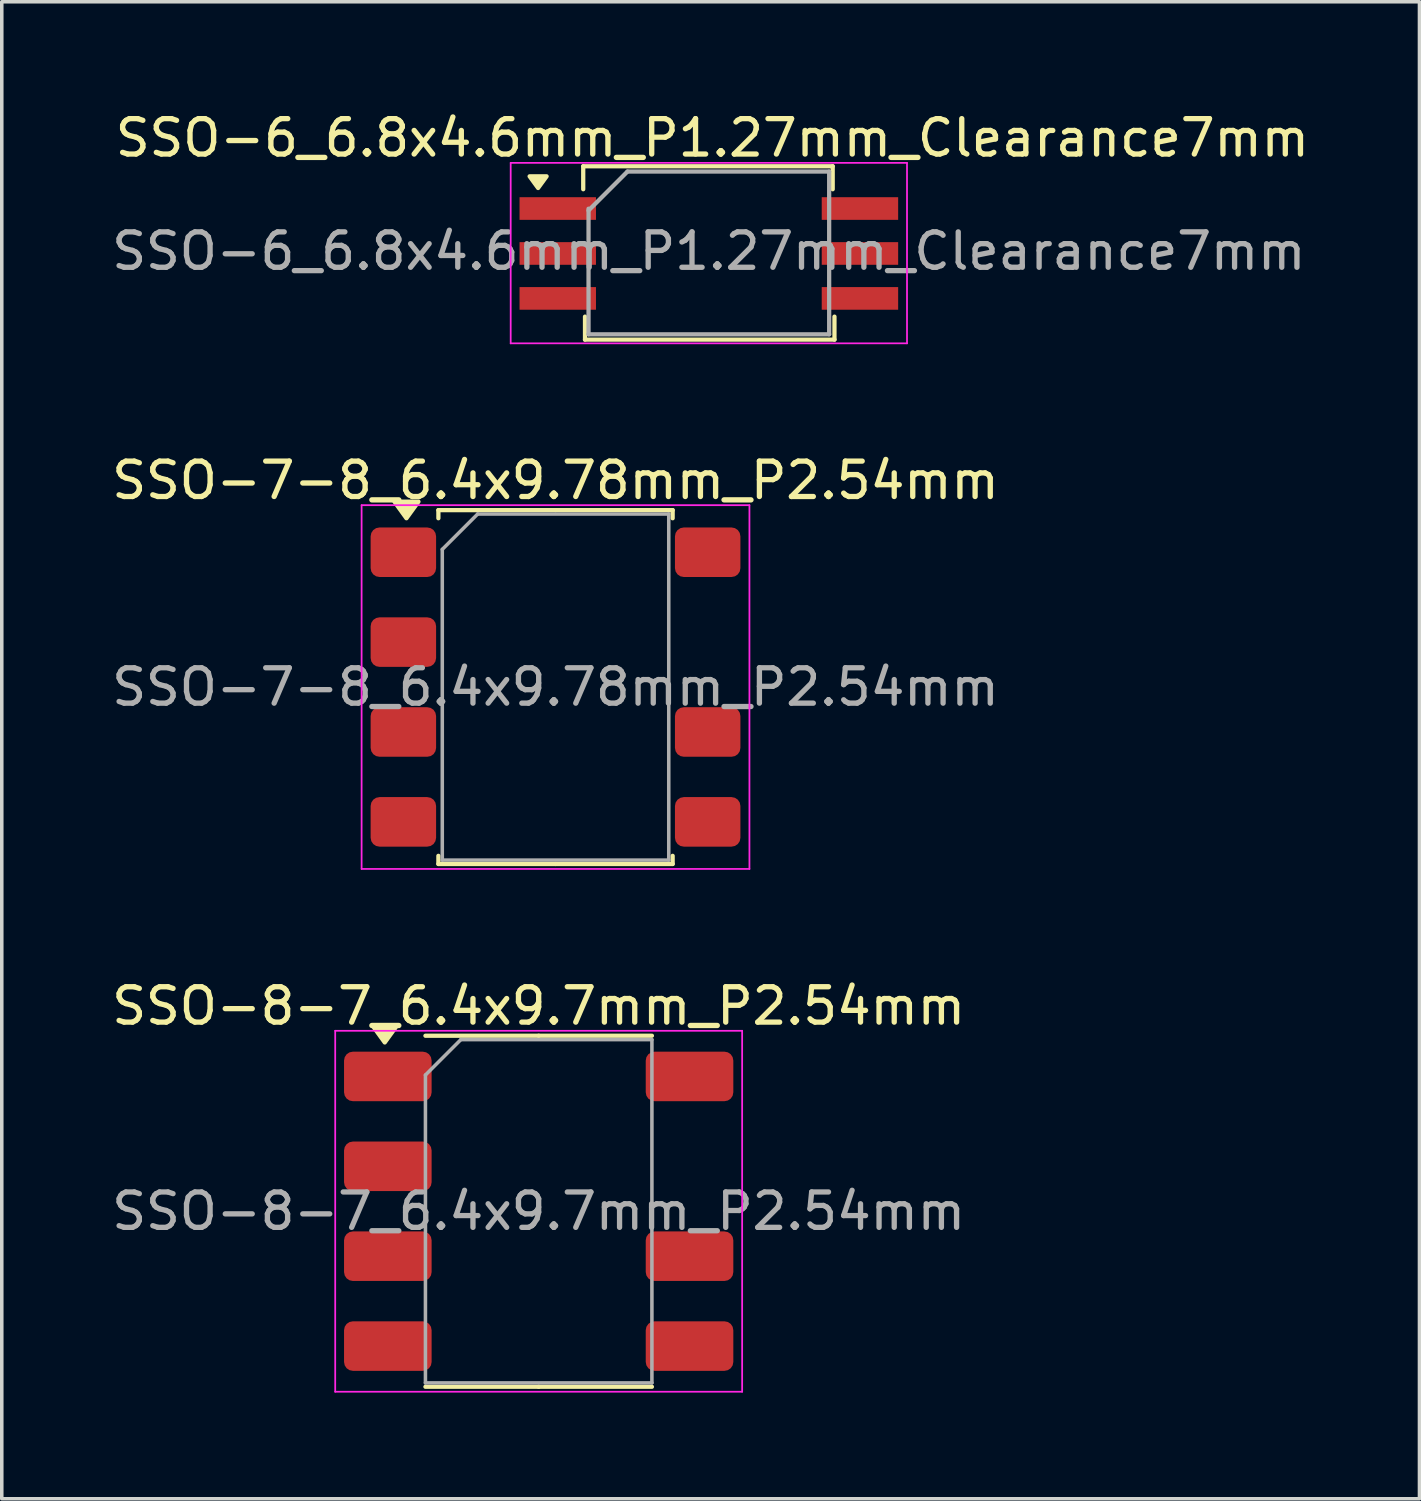
<source format=kicad_pcb>
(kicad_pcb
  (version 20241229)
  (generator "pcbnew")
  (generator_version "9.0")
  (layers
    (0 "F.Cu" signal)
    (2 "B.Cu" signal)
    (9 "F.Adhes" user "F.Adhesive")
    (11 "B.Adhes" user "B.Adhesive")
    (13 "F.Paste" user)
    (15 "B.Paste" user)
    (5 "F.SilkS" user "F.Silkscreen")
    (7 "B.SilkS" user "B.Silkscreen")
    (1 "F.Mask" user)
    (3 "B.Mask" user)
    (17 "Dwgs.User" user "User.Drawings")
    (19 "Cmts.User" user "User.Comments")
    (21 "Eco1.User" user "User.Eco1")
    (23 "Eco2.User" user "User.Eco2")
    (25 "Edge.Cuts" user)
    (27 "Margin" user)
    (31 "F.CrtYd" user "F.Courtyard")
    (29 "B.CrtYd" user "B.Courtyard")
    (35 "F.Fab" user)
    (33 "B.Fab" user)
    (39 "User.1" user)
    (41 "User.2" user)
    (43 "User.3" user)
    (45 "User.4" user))
  (footprint "SSO-8-7_6.4x9.7mm_P2.54mm"
    (layer "F.Cu")
    (at 12.173 31.18)
    (property "Reference" "SSO-8-7_6.4x9.7mm_P2.54mm" (at 0 -5.8 0) (layer "F.SilkS") (effects (font (size 1 1) (thickness 0.15))))
    (attr smd)
    (fp_line (start 0 -4.96) (end -3.2 -4.96) (stroke (width 0.12) (type solid)) (layer "F.SilkS"))
    (fp_line (start 0 -4.96) (end 3.2 -4.96) (stroke (width 0.12) (type solid)) (layer "F.SilkS"))
    (fp_line (start 0 4.96) (end -3.2 4.96) (stroke (width 0.12) (type solid)) (layer "F.SilkS"))
    (fp_line (start 0 4.96) (end 3.2 4.96) (stroke (width 0.12) (type solid)) (layer "F.SilkS"))
    (fp_poly (pts (xy -4.35 -4.77) (xy -4.69 -5.24) (xy -4.01 -5.24) (xy -4.35 -4.77)) (stroke (width 0.12) (type solid)) (fill yes) (layer "F.SilkS"))
    (fp_line (start -5.75 -5.1) (end -5.75 5.1) (stroke (width 0.05) (type solid)) (layer "F.CrtYd"))
    (fp_line (start -5.75 5.1) (end 5.75 5.1) (stroke (width 0.05) (type solid)) (layer "F.CrtYd"))
    (fp_line (start 5.75 -5.1) (end -5.75 -5.1) (stroke (width 0.05) (type solid)) (layer "F.CrtYd"))
    (fp_line (start 5.75 5.1) (end 5.75 -5.1) (stroke (width 0.05) (type solid)) (layer "F.CrtYd"))
    (fp_line (start -3.2 -3.85) (end -2.2 -4.85) (stroke (width 0.1) (type solid)) (layer "F.Fab"))
    (fp_line (start -3.2 4.85) (end -3.2 -3.85) (stroke (width 0.1) (type solid)) (layer "F.Fab"))
    (fp_line (start -2.2 -4.85) (end 3.2 -4.85) (stroke (width 0.1) (type solid)) (layer "F.Fab"))
    (fp_line (start 3.2 -4.85) (end 3.2 4.85) (stroke (width 0.1) (type solid)) (layer "F.Fab"))
    (fp_line (start 3.2 4.85) (end -3.2 4.85) (stroke (width 0.1) (type solid)) (layer "F.Fab"))
    (fp_text user "${REFERENCE}" (at 0 0 0) (layer "F.Fab") (effects (font (size 1 1) (thickness 0.15))))
    (pad "1" smd roundrect (at -4.263 -3.81) (size 2.475 1.4) (layers "F.Cu" "F.Mask" "F.Paste") (roundrect_rratio 0.179))
    (pad "2" smd roundrect (at -4.263 -1.27) (size 2.475 1.4) (layers "F.Cu" "F.Mask" "F.Paste") (roundrect_rratio 0.179))
    (pad "3" smd roundrect (at -4.263 1.27) (size 2.475 1.4) (layers "F.Cu" "F.Mask" "F.Paste") (roundrect_rratio 0.179))
    (pad "4" smd roundrect (at -4.263 3.81) (size 2.475 1.4) (layers "F.Cu" "F.Mask" "F.Paste") (roundrect_rratio 0.179))
    (pad "5" smd roundrect (at 4.263 3.81) (size 2.475 1.4) (layers "F.Cu" "F.Mask" "F.Paste") (roundrect_rratio 0.179))
    (pad "6" smd roundrect (at 4.263 1.27) (size 2.475 1.4) (layers "F.Cu" "F.Mask" "F.Paste") (roundrect_rratio 0.179))
    (pad "7" smd roundrect (at 4.263 -3.81) (size 2.475 1.4) (layers "F.Cu" "F.Mask" "F.Paste") (roundrect_rratio 0.179)))
  (footprint "SSO-6_6.8x4.6mm_P1.27mm_Clearance7mm"
    (layer "F.Cu")
    (at 16.982 4.113)
    (property "Reference" "SSO-6_6.8x4.6mm_P1.27mm_Clearance7mm" (at 0.1 -3.265 0) (layer "F.SilkS") (effects (font (size 1 1) (thickness 0.15))))
    (attr smd)
    (fp_line (start -3.55 -2.465) (end -3.55 -1.815) (stroke (width 0.12) (type solid)) (layer "F.SilkS"))
    (fp_line (start -3.5 1.785) (end -3.5 2.435) (stroke (width 0.12) (type solid)) (layer "F.SilkS"))
    (fp_line (start -3.5 2.435) (end 3.55 2.435) (stroke (width 0.12) (type solid)) (layer "F.SilkS"))
    (fp_line (start 3.5 -2.465) (end -3.55 -2.465) (stroke (width 0.12) (type solid)) (layer "F.SilkS"))
    (fp_line (start 3.5 -2.465) (end 3.5 -1.815) (stroke (width 0.12) (type solid)) (layer "F.SilkS"))
    (fp_line (start 3.55 1.785) (end 3.55 2.435) (stroke (width 0.12) (type solid)) (layer "F.SilkS"))
    (fp_poly (pts (xy -4.825 -1.85) (xy -5.065 -2.18) (xy -4.585 -2.18) (xy -4.825 -1.85)) (stroke (width 0.12) (type solid)) (fill yes) (layer "F.SilkS"))
    (fp_line (start -5.6 -2.56) (end -5.6 2.54) (stroke (width 0.05) (type solid)) (layer "F.CrtYd"))
    (fp_line (start -5.6 -2.56) (end 5.6 -2.56) (stroke (width 0.05) (type solid)) (layer "F.CrtYd"))
    (fp_line (start 5.6 2.54) (end -5.6 2.54) (stroke (width 0.05) (type solid)) (layer "F.CrtYd"))
    (fp_line (start 5.6 2.54) (end 5.6 -2.56) (stroke (width 0.05) (type solid)) (layer "F.CrtYd"))
    (fp_line (start -3.4 2.285) (end -3.4 -1.265) (stroke (width 0.12) (type solid)) (layer "F.Fab"))
    (fp_line (start -2.3 -2.315) (end -3.4 -1.215) (stroke (width 0.12) (type solid)) (layer "F.Fab"))
    (fp_line (start 3.4 -2.315) (end -2.3 -2.315) (stroke (width 0.12) (type solid)) (layer "F.Fab"))
    (fp_line (start 3.4 -2.315) (end 3.4 2.285) (stroke (width 0.12) (type solid)) (layer "F.Fab"))
    (fp_line (start 3.4 2.285) (end -3.4 2.285) (stroke (width 0.12) (type solid)) (layer "F.Fab"))
    (fp_text user "${REFERENCE}" (at 0 -0.065 0) (layer "F.Fab") (effects (font (size 1 1) (thickness 0.15))))
    (pad "1" smd rect (at -4.27 -1.27) (size 2.16 0.64) (layers "F.Cu" "F.Mask" "F.Paste"))
    (pad "2" smd rect (at -4.27 0) (size 2.16 0.64) (layers "F.Cu" "F.Mask" "F.Paste"))
    (pad "3" smd rect (at -4.27 1.27) (size 2.16 0.64) (layers "F.Cu" "F.Mask" "F.Paste"))
    (pad "4" smd rect (at 4.27 1.27) (size 2.16 0.64) (layers "F.Cu" "F.Mask" "F.Paste"))
    (pad "5" smd rect (at 4.27 0) (size 2.16 0.64) (layers "F.Cu" "F.Mask" "F.Paste"))
    (pad "6" smd rect (at 4.27 -1.27) (size 2.16 0.64) (layers "F.Cu" "F.Mask" "F.Paste")))
  (footprint "SSO-7-8_6.4x9.78mm_P2.54mm"
    (layer "F.Cu")
    (at 12.649 16.366)
    (property "Reference" "SSO-7-8_6.4x9.78mm_P2.54mm" (at 0 -5.84 0) (layer "F.SilkS") (effects (font (size 1 1) (thickness 0.15))))
    (attr smd)
    (fp_line (start -3.31 -5) (end -3.31 -4.77) (stroke (width 0.12) (type solid)) (layer "F.SilkS"))
    (fp_line (start -3.31 5) (end -3.31 4.77) (stroke (width 0.12) (type solid)) (layer "F.SilkS"))
    (fp_line (start 0 -5) (end -3.31 -5) (stroke (width 0.12) (type solid)) (layer "F.SilkS"))
    (fp_line (start 0 -5) (end 3.31 -5) (stroke (width 0.12) (type solid)) (layer "F.SilkS"))
    (fp_line (start 0 5) (end -3.31 5) (stroke (width 0.12) (type solid)) (layer "F.SilkS"))
    (fp_line (start 0 5) (end 3.31 5) (stroke (width 0.12) (type solid)) (layer "F.SilkS"))
    (fp_line (start 3.31 -5) (end 3.31 -4.77) (stroke (width 0.12) (type solid)) (layer "F.SilkS"))
    (fp_line (start 3.31 5) (end 3.31 4.77) (stroke (width 0.12) (type solid)) (layer "F.SilkS"))
    (fp_poly (pts (xy -4.213 -4.77) (xy -4.553 -5.24) (xy -3.873 -5.24) (xy -4.213 -4.77)) (stroke (width 0.12) (type solid)) (fill yes) (layer "F.SilkS"))
    (fp_line (start -5.48 -5.14) (end -5.48 5.14) (stroke (width 0.05) (type solid)) (layer "F.CrtYd"))
    (fp_line (start -5.48 5.14) (end 5.48 5.14) (stroke (width 0.05) (type solid)) (layer "F.CrtYd"))
    (fp_line (start 5.48 -5.14) (end -5.48 -5.14) (stroke (width 0.05) (type solid)) (layer "F.CrtYd"))
    (fp_line (start 5.48 5.14) (end 5.48 -5.14) (stroke (width 0.05) (type solid)) (layer "F.CrtYd"))
    (fp_line (start -3.2 -3.89) (end -2.2 -4.89) (stroke (width 0.1) (type solid)) (layer "F.Fab"))
    (fp_line (start -3.2 4.89) (end -3.2 -3.89) (stroke (width 0.1) (type solid)) (layer "F.Fab"))
    (fp_line (start -2.2 -4.89) (end 3.2 -4.89) (stroke (width 0.1) (type solid)) (layer "F.Fab"))
    (fp_line (start 3.2 -4.89) (end 3.2 4.89) (stroke (width 0.1) (type solid)) (layer "F.Fab"))
    (fp_line (start 3.2 4.89) (end -3.2 4.89) (stroke (width 0.1) (type solid)) (layer "F.Fab"))
    (fp_text user "${REFERENCE}" (at 0 0 0) (layer "F.Fab") (effects (font (size 1 1) (thickness 0.15))))
    (pad "1" smd roundrect (at -4.3 -3.81) (size 1.85 1.4) (layers "F.Cu" "F.Mask" "F.Paste") (roundrect_rratio 0.179))
    (pad "2" smd roundrect (at -4.3 -1.27) (size 1.85 1.4) (layers "F.Cu" "F.Mask" "F.Paste") (roundrect_rratio 0.179))
    (pad "3" smd roundrect (at -4.3 1.27) (size 1.85 1.4) (layers "F.Cu" "F.Mask" "F.Paste") (roundrect_rratio 0.179))
    (pad "4" smd roundrect (at -4.3 3.81) (size 1.85 1.4) (layers "F.Cu" "F.Mask" "F.Paste") (roundrect_rratio 0.179))
    (pad "5" smd roundrect (at 4.3 3.81) (size 1.85 1.4) (layers "F.Cu" "F.Mask" "F.Paste") (roundrect_rratio 0.179))
    (pad "6" smd roundrect (at 4.3 1.27) (size 1.85 1.4) (layers "F.Cu" "F.Mask" "F.Paste") (roundrect_rratio 0.179))
    (pad "8" smd roundrect (at 4.3 -3.81) (size 1.85 1.4) (layers "F.Cu" "F.Mask" "F.Paste") (roundrect_rratio 0.179)))
  (gr_rect
    (start -3 -3)
    (end 37.064 39.305)
    (stroke (width 0.1) (type default))
    (fill no)
    (layer "Edge.Cuts")))
</source>
